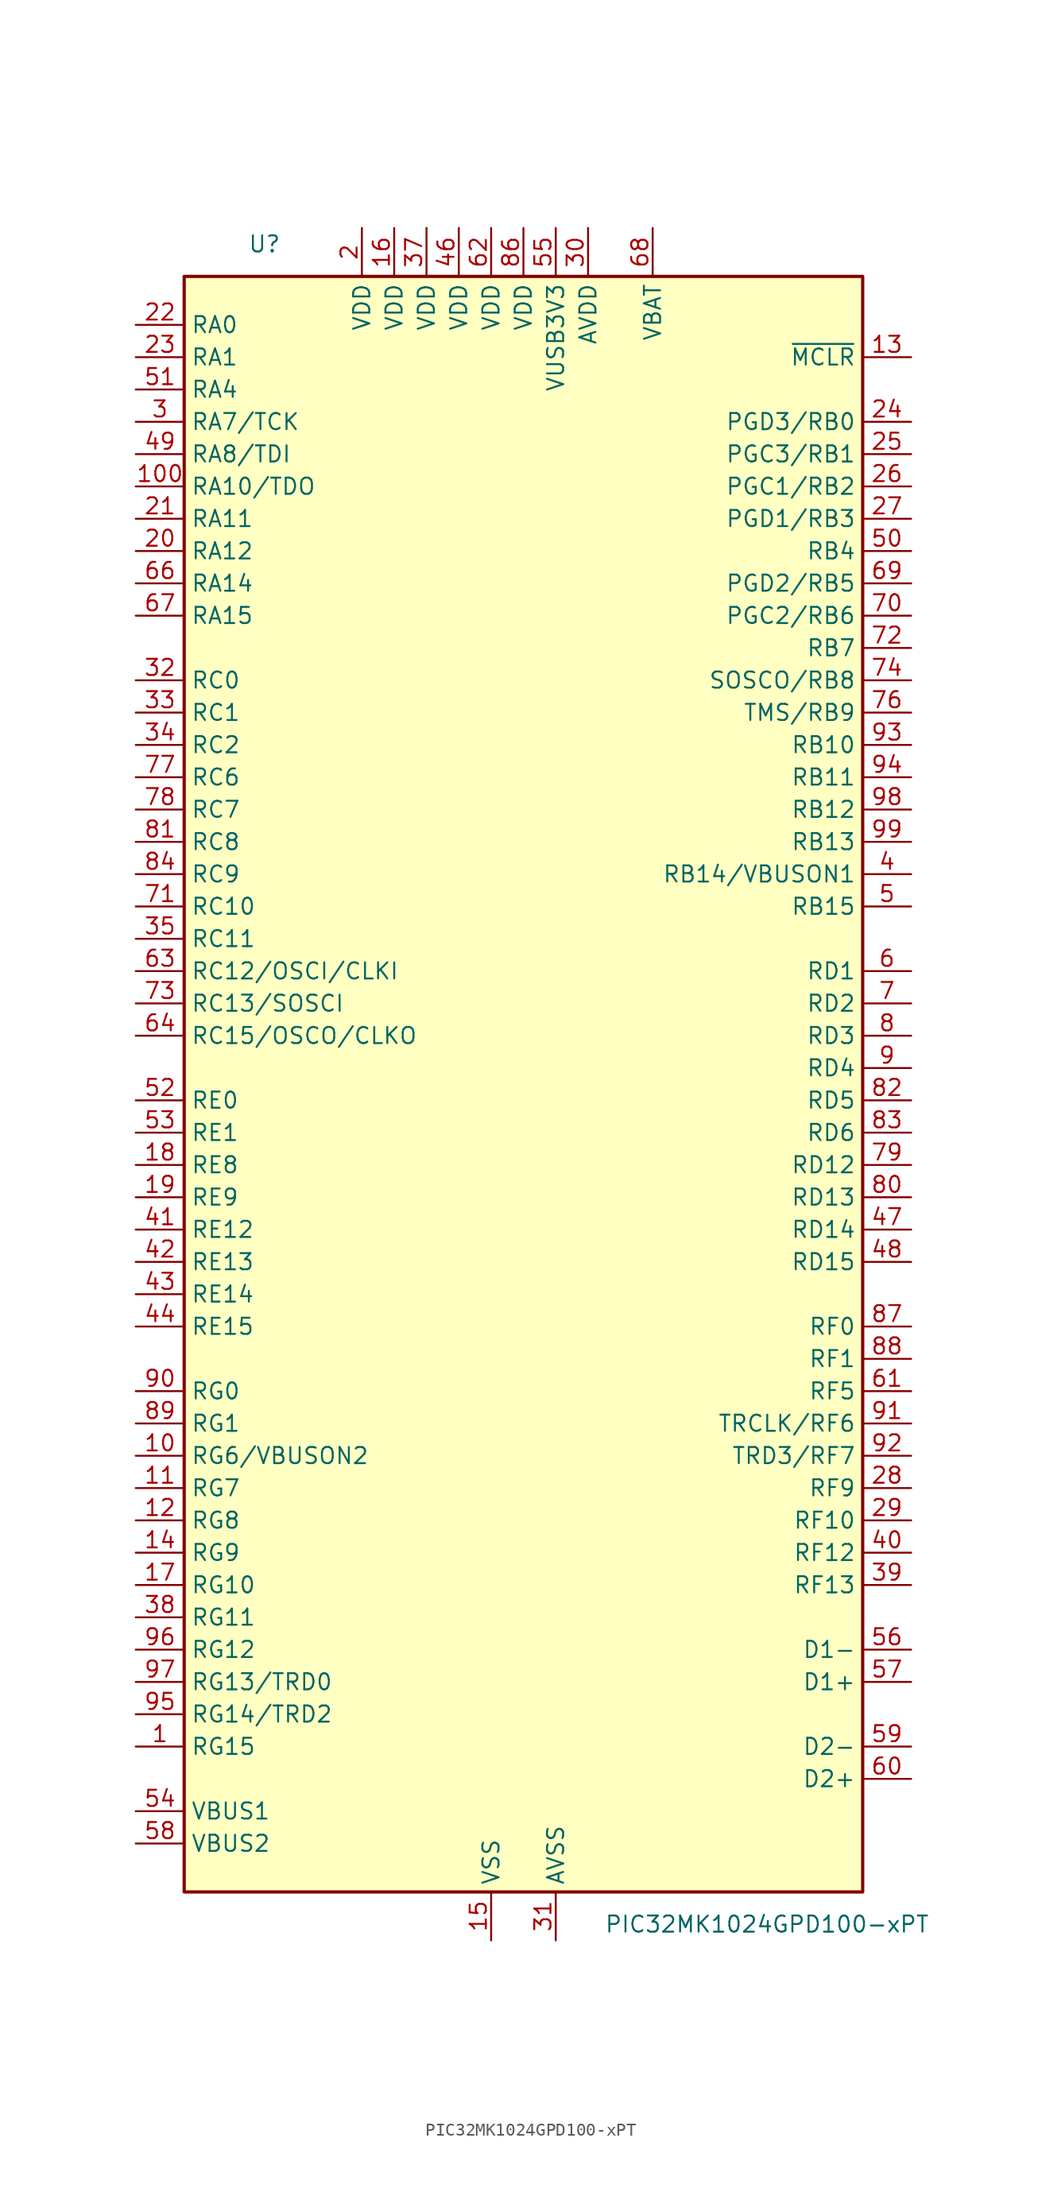
<source format=kicad_sym>
(kicad_symbol_lib
  (version 20231120)
  (generator "kicad_symbol_editor")
  (generator_version "8.0")
  (symbol "PIC32MK1024GPD100-xPT"
    (property "Reference" "U"
      (at -19.05 64.77 0)
      (effects (font (size 1.27 1.27)) (justify right)))
    (property "Value" "PIC32MK1024GPD100-xPT"
      (at 6.35 -67.31 0)
      (effects (font (size 1.27 1.27)) (justify left)))
    (symbol "PIC32MK1024GPD100-xPT_0_1"
      (rectangle (start -26.67 62.23) (end 26.67 -64.77) (stroke (width 0.254) (type default)) (fill (type background))))
    (symbol "PIC32MK1024GPD100-xPT_1_1"
      (pin bidirectional line (at -30.48 -53.34 0) (length 3.81) (name "RG15" (effects (font (size 1.27 1.27)))) (number "1" (effects (font (size 1.27 1.27)))))
      (pin bidirectional line (at -30.48 -30.48 0) (length 3.81) (name "RG6/VBUSON2" (effects (font (size 1.27 1.27)))) (number "10" (effects (font (size 1.27 1.27)))))
      (pin bidirectional line (at -30.48 45.72 0) (length 3.81) (name "RA10/TDO" (effects (font (size 1.27 1.27)))) (number "100" (effects (font (size 1.27 1.27)))))
      (pin bidirectional line (at -30.48 -33.02 0) (length 3.81) (name "RG7" (effects (font (size 1.27 1.27)))) (number "11" (effects (font (size 1.27 1.27)))))
      (pin bidirectional line (at -30.48 -35.56 0) (length 3.81) (name "RG8" (effects (font (size 1.27 1.27)))) (number "12" (effects (font (size 1.27 1.27)))))
      (pin input line (at 30.48 55.88 180) (length 3.81) (name "~{MCLR}" (effects (font (size 1.27 1.27)))) (number "13" (effects (font (size 1.27 1.27)))))
      (pin bidirectional line (at -30.48 -38.1 0) (length 3.81) (name "RG9" (effects (font (size 1.27 1.27)))) (number "14" (effects (font (size 1.27 1.27)))))
      (pin power_in line (at -2.54 -68.58 90) (length 3.81) (name "VSS" (effects (font (size 1.27 1.27)))) (number "15" (effects (font (size 1.27 1.27)))))
      (pin power_in line (at -10.16 66.04 270) (length 3.81) (name "VDD" (effects (font (size 1.27 1.27)))) (number "16" (effects (font (size 1.27 1.27)))))
      (pin bidirectional line (at -30.48 -40.64 0) (length 3.81) (name "RG10" (effects (font (size 1.27 1.27)))) (number "17" (effects (font (size 1.27 1.27)))))
      (pin bidirectional line (at -30.48 -7.62 0) (length 3.81) (name "RE8" (effects (font (size 1.27 1.27)))) (number "18" (effects (font (size 1.27 1.27)))))
      (pin bidirectional line (at -30.48 -10.16 0) (length 3.81) (name "RE9" (effects (font (size 1.27 1.27)))) (number "19" (effects (font (size 1.27 1.27)))))
      (pin power_in line (at -12.7 66.04 270) (length 3.81) (name "VDD" (effects (font (size 1.27 1.27)))) (number "2" (effects (font (size 1.27 1.27)))))
      (pin bidirectional line (at -30.48 40.64 0) (length 3.81) (name "RA12" (effects (font (size 1.27 1.27)))) (number "20" (effects (font (size 1.27 1.27)))))
      (pin bidirectional line (at -30.48 43.18 0) (length 3.81) (name "RA11" (effects (font (size 1.27 1.27)))) (number "21" (effects (font (size 1.27 1.27)))))
      (pin bidirectional line (at -30.48 58.42 0) (length 3.81) (name "RA0" (effects (font (size 1.27 1.27)))) (number "22" (effects (font (size 1.27 1.27)))))
      (pin bidirectional line (at -30.48 55.88 0) (length 3.81) (name "RA1" (effects (font (size 1.27 1.27)))) (number "23" (effects (font (size 1.27 1.27)))))
      (pin bidirectional line (at 30.48 50.8 180) (length 3.81) (name "PGD3/RB0" (effects (font (size 1.27 1.27)))) (number "24" (effects (font (size 1.27 1.27)))))
      (pin bidirectional line (at 30.48 48.26 180) (length 3.81) (name "PGC3/RB1" (effects (font (size 1.27 1.27)))) (number "25" (effects (font (size 1.27 1.27)))))
      (pin bidirectional line (at 30.48 45.72 180) (length 3.81) (name "PGC1/RB2" (effects (font (size 1.27 1.27)))) (number "26" (effects (font (size 1.27 1.27)))))
      (pin bidirectional line (at 30.48 43.18 180) (length 3.81) (name "PGD1/RB3" (effects (font (size 1.27 1.27)))) (number "27" (effects (font (size 1.27 1.27)))))
      (pin bidirectional line (at 30.48 -33.02 180) (length 3.81) (name "RF9" (effects (font (size 1.27 1.27)))) (number "28" (effects (font (size 1.27 1.27)))))
      (pin bidirectional line (at 30.48 -35.56 180) (length 3.81) (name "RF10" (effects (font (size 1.27 1.27)))) (number "29" (effects (font (size 1.27 1.27)))))
      (pin bidirectional line (at -30.48 50.8 0) (length 3.81) (name "RA7/TCK" (effects (font (size 1.27 1.27)))) (number "3" (effects (font (size 1.27 1.27)))))
      (pin power_in line (at 5.08 66.04 270) (length 3.81) (name "AVDD" (effects (font (size 1.27 1.27)))) (number "30" (effects (font (size 1.27 1.27)))))
      (pin power_in line (at 2.54 -68.58 90) (length 3.81) (name "AVSS" (effects (font (size 1.27 1.27)))) (number "31" (effects (font (size 1.27 1.27)))))
      (pin bidirectional line (at -30.48 30.48 0) (length 3.81) (name "RC0" (effects (font (size 1.27 1.27)))) (number "32" (effects (font (size 1.27 1.27)))))
      (pin bidirectional line (at -30.48 27.94 0) (length 3.81) (name "RC1" (effects (font (size 1.27 1.27)))) (number "33" (effects (font (size 1.27 1.27)))))
      (pin bidirectional line (at -30.48 25.4 0) (length 3.81) (name "RC2" (effects (font (size 1.27 1.27)))) (number "34" (effects (font (size 1.27 1.27)))))
      (pin bidirectional line (at -30.48 10.16 0) (length 3.81) (name "RC11" (effects (font (size 1.27 1.27)))) (number "35" (effects (font (size 1.27 1.27)))))
      (pin passive line (at -2.54 -68.58 90) (length 3.81) hide (name "VSS" (effects (font (size 1.27 1.27)))) (number "36" (effects (font (size 1.27 1.27)))))
      (pin power_in line (at -7.62 66.04 270) (length 3.81) (name "VDD" (effects (font (size 1.27 1.27)))) (number "37" (effects (font (size 1.27 1.27)))))
      (pin bidirectional line (at -30.48 -43.18 0) (length 3.81) (name "RG11" (effects (font (size 1.27 1.27)))) (number "38" (effects (font (size 1.27 1.27)))))
      (pin bidirectional line (at 30.48 -40.64 180) (length 3.81) (name "RF13" (effects (font (size 1.27 1.27)))) (number "39" (effects (font (size 1.27 1.27)))))
      (pin bidirectional line (at 30.48 15.24 180) (length 3.81) (name "RB14/VBUSON1" (effects (font (size 1.27 1.27)))) (number "4" (effects (font (size 1.27 1.27)))))
      (pin bidirectional line (at 30.48 -38.1 180) (length 3.81) (name "RF12" (effects (font (size 1.27 1.27)))) (number "40" (effects (font (size 1.27 1.27)))))
      (pin bidirectional line (at -30.48 -12.7 0) (length 3.81) (name "RE12" (effects (font (size 1.27 1.27)))) (number "41" (effects (font (size 1.27 1.27)))))
      (pin bidirectional line (at -30.48 -15.24 0) (length 3.81) (name "RE13" (effects (font (size 1.27 1.27)))) (number "42" (effects (font (size 1.27 1.27)))))
      (pin bidirectional line (at -30.48 -17.78 0) (length 3.81) (name "RE14" (effects (font (size 1.27 1.27)))) (number "43" (effects (font (size 1.27 1.27)))))
      (pin bidirectional line (at -30.48 -20.32 0) (length 3.81) (name "RE15" (effects (font (size 1.27 1.27)))) (number "44" (effects (font (size 1.27 1.27)))))
      (pin passive line (at -2.54 -68.58 90) (length 3.81) hide (name "VSS" (effects (font (size 1.27 1.27)))) (number "45" (effects (font (size 1.27 1.27)))))
      (pin power_in line (at -5.08 66.04 270) (length 3.81) (name "VDD" (effects (font (size 1.27 1.27)))) (number "46" (effects (font (size 1.27 1.27)))))
      (pin bidirectional line (at 30.48 -12.7 180) (length 3.81) (name "RD14" (effects (font (size 1.27 1.27)))) (number "47" (effects (font (size 1.27 1.27)))))
      (pin bidirectional line (at 30.48 -15.24 180) (length 3.81) (name "RD15" (effects (font (size 1.27 1.27)))) (number "48" (effects (font (size 1.27 1.27)))))
      (pin bidirectional line (at -30.48 48.26 0) (length 3.81) (name "RA8/TDI" (effects (font (size 1.27 1.27)))) (number "49" (effects (font (size 1.27 1.27)))))
      (pin bidirectional line (at 30.48 12.7 180) (length 3.81) (name "RB15" (effects (font (size 1.27 1.27)))) (number "5" (effects (font (size 1.27 1.27)))))
      (pin bidirectional line (at 30.48 40.64 180) (length 3.81) (name "RB4" (effects (font (size 1.27 1.27)))) (number "50" (effects (font (size 1.27 1.27)))))
      (pin bidirectional line (at -30.48 53.34 0) (length 3.81) (name "RA4" (effects (font (size 1.27 1.27)))) (number "51" (effects (font (size 1.27 1.27)))))
      (pin bidirectional line (at -30.48 -2.54 0) (length 3.81) (name "RE0" (effects (font (size 1.27 1.27)))) (number "52" (effects (font (size 1.27 1.27)))))
      (pin bidirectional line (at -30.48 -5.08 0) (length 3.81) (name "RE1" (effects (font (size 1.27 1.27)))) (number "53" (effects (font (size 1.27 1.27)))))
      (pin input line (at -30.48 -58.42 0) (length 3.81) (name "VBUS1" (effects (font (size 1.27 1.27)))) (number "54" (effects (font (size 1.27 1.27)))))
      (pin power_in line (at 2.54 66.04 270) (length 3.81) (name "VUSB3V3" (effects (font (size 1.27 1.27)))) (number "55" (effects (font (size 1.27 1.27)))))
      (pin bidirectional line (at 30.48 -45.72 180) (length 3.81) (name "D1-" (effects (font (size 1.27 1.27)))) (number "56" (effects (font (size 1.27 1.27)))))
      (pin bidirectional line (at 30.48 -48.26 180) (length 3.81) (name "D1+" (effects (font (size 1.27 1.27)))) (number "57" (effects (font (size 1.27 1.27)))))
      (pin input line (at -30.48 -60.96 0) (length 3.81) (name "VBUS2" (effects (font (size 1.27 1.27)))) (number "58" (effects (font (size 1.27 1.27)))))
      (pin bidirectional line (at 30.48 -53.34 180) (length 3.81) (name "D2-" (effects (font (size 1.27 1.27)))) (number "59" (effects (font (size 1.27 1.27)))))
      (pin bidirectional line (at 30.48 7.62 180) (length 3.81) (name "RD1" (effects (font (size 1.27 1.27)))) (number "6" (effects (font (size 1.27 1.27)))))
      (pin bidirectional line (at 30.48 -55.88 180) (length 3.81) (name "D2+" (effects (font (size 1.27 1.27)))) (number "60" (effects (font (size 1.27 1.27)))))
      (pin bidirectional line (at 30.48 -25.4 180) (length 3.81) (name "RF5" (effects (font (size 1.27 1.27)))) (number "61" (effects (font (size 1.27 1.27)))))
      (pin power_in line (at -2.54 66.04 270) (length 3.81) (name "VDD" (effects (font (size 1.27 1.27)))) (number "62" (effects (font (size 1.27 1.27)))))
      (pin bidirectional line (at -30.48 7.62 0) (length 3.81) (name "RC12/OSCI/CLKI" (effects (font (size 1.27 1.27)))) (number "63" (effects (font (size 1.27 1.27)))))
      (pin bidirectional line (at -30.48 2.54 0) (length 3.81) (name "RC15/OSCO/CLKO" (effects (font (size 1.27 1.27)))) (number "64" (effects (font (size 1.27 1.27)))))
      (pin passive line (at -2.54 -68.58 90) (length 3.81) hide (name "VSS" (effects (font (size 1.27 1.27)))) (number "65" (effects (font (size 1.27 1.27)))))
      (pin bidirectional line (at -30.48 38.1 0) (length 3.81) (name "RA14" (effects (font (size 1.27 1.27)))) (number "66" (effects (font (size 1.27 1.27)))))
      (pin bidirectional line (at -30.48 35.56 0) (length 3.81) (name "RA15" (effects (font (size 1.27 1.27)))) (number "67" (effects (font (size 1.27 1.27)))))
      (pin power_in line (at 10.16 66.04 270) (length 3.81) (name "VBAT" (effects (font (size 1.27 1.27)))) (number "68" (effects (font (size 1.27 1.27)))))
      (pin bidirectional line (at 30.48 38.1 180) (length 3.81) (name "PGD2/RB5" (effects (font (size 1.27 1.27)))) (number "69" (effects (font (size 1.27 1.27)))))
      (pin bidirectional line (at 30.48 5.08 180) (length 3.81) (name "RD2" (effects (font (size 1.27 1.27)))) (number "7" (effects (font (size 1.27 1.27)))))
      (pin bidirectional line (at 30.48 35.56 180) (length 3.81) (name "PGC2/RB6" (effects (font (size 1.27 1.27)))) (number "70" (effects (font (size 1.27 1.27)))))
      (pin bidirectional line (at -30.48 12.7 0) (length 3.81) (name "RC10" (effects (font (size 1.27 1.27)))) (number "71" (effects (font (size 1.27 1.27)))))
      (pin bidirectional line (at 30.48 33.02 180) (length 3.81) (name "RB7" (effects (font (size 1.27 1.27)))) (number "72" (effects (font (size 1.27 1.27)))))
      (pin bidirectional line (at -30.48 5.08 0) (length 3.81) (name "RC13/SOSCI" (effects (font (size 1.27 1.27)))) (number "73" (effects (font (size 1.27 1.27)))))
      (pin bidirectional line (at 30.48 30.48 180) (length 3.81) (name "SOSCO/RB8" (effects (font (size 1.27 1.27)))) (number "74" (effects (font (size 1.27 1.27)))))
      (pin passive line (at -2.54 -68.58 90) (length 3.81) hide (name "VSS" (effects (font (size 1.27 1.27)))) (number "75" (effects (font (size 1.27 1.27)))))
      (pin bidirectional line (at 30.48 27.94 180) (length 3.81) (name "TMS/RB9" (effects (font (size 1.27 1.27)))) (number "76" (effects (font (size 1.27 1.27)))))
      (pin bidirectional line (at -30.48 22.86 0) (length 3.81) (name "RC6" (effects (font (size 1.27 1.27)))) (number "77" (effects (font (size 1.27 1.27)))))
      (pin bidirectional line (at -30.48 20.32 0) (length 3.81) (name "RC7" (effects (font (size 1.27 1.27)))) (number "78" (effects (font (size 1.27 1.27)))))
      (pin bidirectional line (at 30.48 -7.62 180) (length 3.81) (name "RD12" (effects (font (size 1.27 1.27)))) (number "79" (effects (font (size 1.27 1.27)))))
      (pin bidirectional line (at 30.48 2.54 180) (length 3.81) (name "RD3" (effects (font (size 1.27 1.27)))) (number "8" (effects (font (size 1.27 1.27)))))
      (pin bidirectional line (at 30.48 -10.16 180) (length 3.81) (name "RD13" (effects (font (size 1.27 1.27)))) (number "80" (effects (font (size 1.27 1.27)))))
      (pin bidirectional line (at -30.48 17.78 0) (length 3.81) (name "RC8" (effects (font (size 1.27 1.27)))) (number "81" (effects (font (size 1.27 1.27)))))
      (pin bidirectional line (at 30.48 -2.54 180) (length 3.81) (name "RD5" (effects (font (size 1.27 1.27)))) (number "82" (effects (font (size 1.27 1.27)))))
      (pin bidirectional line (at 30.48 -5.08 180) (length 3.81) (name "RD6" (effects (font (size 1.27 1.27)))) (number "83" (effects (font (size 1.27 1.27)))))
      (pin bidirectional line (at -30.48 15.24 0) (length 3.81) (name "RC9" (effects (font (size 1.27 1.27)))) (number "84" (effects (font (size 1.27 1.27)))))
      (pin passive line (at -2.54 -68.58 90) (length 3.81) hide (name "VSS" (effects (font (size 1.27 1.27)))) (number "85" (effects (font (size 1.27 1.27)))))
      (pin power_in line (at 0 66.04 270) (length 3.81) (name "VDD" (effects (font (size 1.27 1.27)))) (number "86" (effects (font (size 1.27 1.27)))))
      (pin bidirectional line (at 30.48 -20.32 180) (length 3.81) (name "RF0" (effects (font (size 1.27 1.27)))) (number "87" (effects (font (size 1.27 1.27)))))
      (pin bidirectional line (at 30.48 -22.86 180) (length 3.81) (name "RF1" (effects (font (size 1.27 1.27)))) (number "88" (effects (font (size 1.27 1.27)))))
      (pin bidirectional line (at -30.48 -27.94 0) (length 3.81) (name "RG1" (effects (font (size 1.27 1.27)))) (number "89" (effects (font (size 1.27 1.27)))))
      (pin bidirectional line (at 30.48 0 180) (length 3.81) (name "RD4" (effects (font (size 1.27 1.27)))) (number "9" (effects (font (size 1.27 1.27)))))
      (pin bidirectional line (at -30.48 -25.4 0) (length 3.81) (name "RG0" (effects (font (size 1.27 1.27)))) (number "90" (effects (font (size 1.27 1.27)))))
      (pin bidirectional line (at 30.48 -27.94 180) (length 3.81) (name "TRCLK/RF6" (effects (font (size 1.27 1.27)))) (number "91" (effects (font (size 1.27 1.27)))))
      (pin bidirectional line (at 30.48 -30.48 180) (length 3.81) (name "TRD3/RF7" (effects (font (size 1.27 1.27)))) (number "92" (effects (font (size 1.27 1.27)))))
      (pin bidirectional line (at 30.48 25.4 180) (length 3.81) (name "RB10" (effects (font (size 1.27 1.27)))) (number "93" (effects (font (size 1.27 1.27)))))
      (pin bidirectional line (at 30.48 22.86 180) (length 3.81) (name "RB11" (effects (font (size 1.27 1.27)))) (number "94" (effects (font (size 1.27 1.27)))))
      (pin bidirectional line (at -30.48 -50.8 0) (length 3.81) (name "RG14/TRD2" (effects (font (size 1.27 1.27)))) (number "95" (effects (font (size 1.27 1.27)))))
      (pin bidirectional line (at -30.48 -45.72 0) (length 3.81) (name "RG12" (effects (font (size 1.27 1.27)))) (number "96" (effects (font (size 1.27 1.27)))))
      (pin bidirectional line (at -30.48 -48.26 0) (length 3.81) (name "RG13/TRD0" (effects (font (size 1.27 1.27)))) (number "97" (effects (font (size 1.27 1.27)))))
      (pin bidirectional line (at 30.48 20.32 180) (length 3.81) (name "RB12" (effects (font (size 1.27 1.27)))) (number "98" (effects (font (size 1.27 1.27)))))
      (pin bidirectional line (at 30.48 17.78 180) (length 3.81) (name "RB13" (effects (font (size 1.27 1.27)))) (number "99" (effects (font (size 1.27 1.27))))))))
</source>
